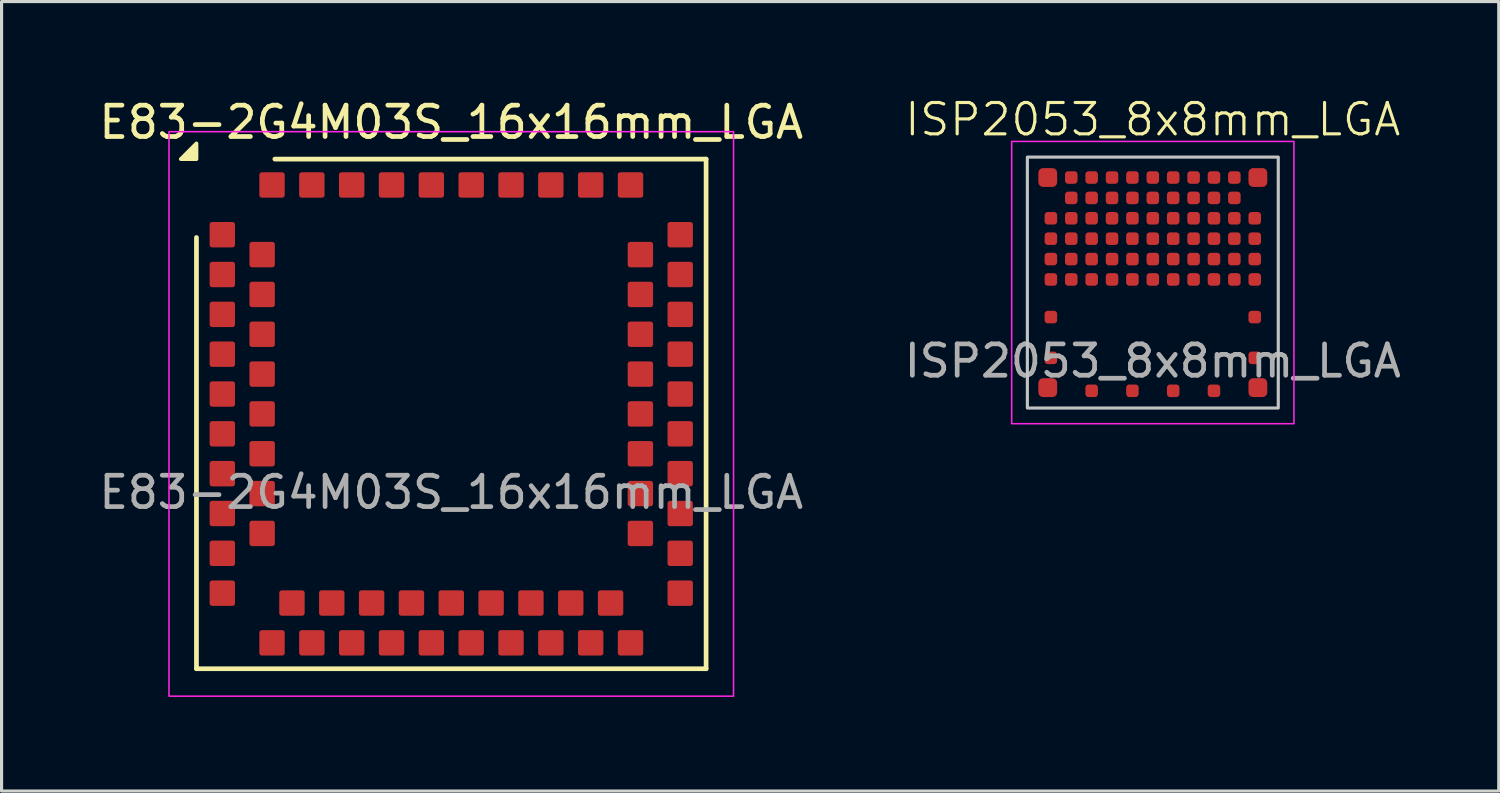
<source format=kicad_pcb>
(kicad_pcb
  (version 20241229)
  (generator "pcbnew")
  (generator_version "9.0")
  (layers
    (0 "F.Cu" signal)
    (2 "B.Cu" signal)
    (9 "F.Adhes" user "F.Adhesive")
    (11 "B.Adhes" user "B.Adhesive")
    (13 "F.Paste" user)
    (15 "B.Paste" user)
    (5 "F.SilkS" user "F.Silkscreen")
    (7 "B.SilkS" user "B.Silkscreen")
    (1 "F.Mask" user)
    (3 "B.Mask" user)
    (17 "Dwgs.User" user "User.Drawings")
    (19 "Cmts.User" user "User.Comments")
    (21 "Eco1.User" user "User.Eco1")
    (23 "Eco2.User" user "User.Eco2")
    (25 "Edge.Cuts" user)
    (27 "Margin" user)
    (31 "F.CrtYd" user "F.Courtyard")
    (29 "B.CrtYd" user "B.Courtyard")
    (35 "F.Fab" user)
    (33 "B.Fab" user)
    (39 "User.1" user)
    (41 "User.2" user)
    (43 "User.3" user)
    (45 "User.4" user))
  (footprint "E83-2G4M03S_16x16mm_LGA"
    (layer "F.Cu")
    (at 11.339 10.148)
    (property "Reference" "E83-2G4M03S_16x16mm_LGA" (at 0 -9.3 0) (unlocked yes) (layer "F.SilkS") (effects (font (size 1 1) (thickness 0.15))))
    (attr smd)
    (fp_line (start -8.125 8.125) (end -8.125 -5.625) (stroke (width 0.15) (type default)) (layer "F.SilkS"))
    (fp_line (start -5.625 -8.125) (end 8.125 -8.125) (stroke (width 0.15) (type default)) (layer "F.SilkS"))
    (fp_line (start 8.125 -8.125) (end 8.125 8.125) (stroke (width 0.15) (type default)) (layer "F.SilkS"))
    (fp_line (start 8.125 8.125) (end -8.125 8.125) (stroke (width 0.15) (type default)) (layer "F.SilkS"))
    (fp_poly (pts (xy -8.125 -8.125) (xy -8.625 -8.125) (xy -8.125 -8.625) (xy -8.125 -8.125)) (stroke (width 0.12) (type solid)) (fill yes) (layer "F.SilkS"))
    (fp_rect (start -9 -9) (end 9 9) (stroke (width 0.05) (type default)) (fill no) (layer "F.CrtYd"))
    (fp_text user "${REFERENCE}" (at 0 2.5 0) (unlocked yes) (layer "F.Fab") (effects (font (size 1 1) (thickness 0.15))))
    (pad "1" smd roundrect (at -7.3 -5.715) (size 0.81 0.81) (layers "F.Cu" "F.Mask" "F.Paste") (roundrect_rratio 0.1))
    (pad "2" smd roundrect (at -7.3 -4.445) (size 0.81 0.81) (layers "F.Cu" "F.Mask" "F.Paste") (roundrect_rratio 0.1))
    (pad "3" smd roundrect (at -7.3 -3.175) (size 0.81 0.81) (layers "F.Cu" "F.Mask" "F.Paste") (roundrect_rratio 0.1))
    (pad "4" smd roundrect (at -7.3 -1.905) (size 0.81 0.81) (layers "F.Cu" "F.Mask" "F.Paste") (roundrect_rratio 0.1))
    (pad "5" smd roundrect (at -7.3 -0.635) (size 0.81 0.81) (layers "F.Cu" "F.Mask" "F.Paste") (roundrect_rratio 0.1))
    (pad "6" smd roundrect (at -7.3 0.635) (size 0.81 0.81) (layers "F.Cu" "F.Mask" "F.Paste") (roundrect_rratio 0.1))
    (pad "7" smd roundrect (at -7.3 1.905) (size 0.81 0.81) (layers "F.Cu" "F.Mask" "F.Paste") (roundrect_rratio 0.1))
    (pad "8" smd roundrect (at -7.3 3.175) (size 0.81 0.81) (layers "F.Cu" "F.Mask" "F.Paste") (roundrect_rratio 0.1))
    (pad "9" smd roundrect (at -7.3 4.445) (size 0.81 0.81) (layers "F.Cu" "F.Mask" "F.Paste") (roundrect_rratio 0.1))
    (pad "10" smd roundrect (at -7.3 5.715) (size 0.81 0.81) (layers "F.Cu" "F.Mask" "F.Paste") (roundrect_rratio 0.1))
    (pad "11" smd roundrect (at -6.03 -5.08) (size 0.81 0.81) (layers "F.Cu" "F.Mask" "F.Paste") (roundrect_rratio 0.1))
    (pad "12" smd roundrect (at -6.03 -3.81) (size 0.81 0.81) (layers "F.Cu" "F.Mask" "F.Paste") (roundrect_rratio 0.1))
    (pad "13" smd roundrect (at -6.03 -2.54) (size 0.81 0.81) (layers "F.Cu" "F.Mask" "F.Paste") (roundrect_rratio 0.1))
    (pad "14" smd roundrect (at -6.03 -1.27) (size 0.81 0.81) (layers "F.Cu" "F.Mask" "F.Paste") (roundrect_rratio 0.1))
    (pad "15" smd roundrect (at -6.03 0) (size 0.81 0.81) (layers "F.Cu" "F.Mask" "F.Paste") (roundrect_rratio 0.1))
    (pad "16" smd roundrect (at -6.03 1.27) (size 0.81 0.81) (layers "F.Cu" "F.Mask" "F.Paste") (roundrect_rratio 0.1))
    (pad "17" smd roundrect (at -6.03 2.54) (size 0.81 0.81) (layers "F.Cu" "F.Mask" "F.Paste") (roundrect_rratio 0.1))
    (pad "18" smd roundrect (at -6.03 3.81) (size 0.81 0.81) (layers "F.Cu" "F.Mask" "F.Paste") (roundrect_rratio 0.1))
    (pad "19" smd roundrect (at -5.715 7.3) (size 0.81 0.81) (layers "F.Cu" "F.Mask" "F.Paste") (roundrect_rratio 0.1))
    (pad "20" smd roundrect (at -4.445 7.3) (size 0.81 0.81) (layers "F.Cu" "F.Mask" "F.Paste") (roundrect_rratio 0.1))
    (pad "21" smd roundrect (at -3.175 7.3) (size 0.81 0.81) (layers "F.Cu" "F.Mask" "F.Paste") (roundrect_rratio 0.1))
    (pad "22" smd roundrect (at -1.905 7.3) (size 0.81 0.81) (layers "F.Cu" "F.Mask" "F.Paste") (roundrect_rratio 0.1))
    (pad "23" smd roundrect (at -0.635 7.3) (size 0.81 0.81) (layers "F.Cu" "F.Mask" "F.Paste") (roundrect_rratio 0.1))
    (pad "24" smd roundrect (at 0.635 7.3) (size 0.81 0.81) (layers "F.Cu" "F.Mask" "F.Paste") (roundrect_rratio 0.1))
    (pad "25" smd roundrect (at 1.905 7.3) (size 0.81 0.81) (layers "F.Cu" "F.Mask" "F.Paste") (roundrect_rratio 0.1))
    (pad "26" smd roundrect (at 3.175 7.3) (size 0.81 0.81) (layers "F.Cu" "F.Mask" "F.Paste") (roundrect_rratio 0.1))
    (pad "27" smd roundrect (at 4.445 7.3) (size 0.81 0.81) (layers "F.Cu" "F.Mask" "F.Paste") (roundrect_rratio 0.1))
    (pad "28" smd roundrect (at 5.715 7.3) (size 0.81 0.81) (layers "F.Cu" "F.Mask" "F.Paste") (roundrect_rratio 0.1))
    (pad "29" smd roundrect (at -5.08 6.03) (size 0.81 0.81) (layers "F.Cu" "F.Mask" "F.Paste") (roundrect_rratio 0.1))
    (pad "30" smd roundrect (at -3.81 6.03) (size 0.81 0.81) (layers "F.Cu" "F.Mask" "F.Paste") (roundrect_rratio 0.1))
    (pad "31" smd roundrect (at -2.54 6.03) (size 0.81 0.81) (layers "F.Cu" "F.Mask" "F.Paste") (roundrect_rratio 0.1))
    (pad "32" smd roundrect (at -1.27 6.03) (size 0.81 0.81) (layers "F.Cu" "F.Mask" "F.Paste") (roundrect_rratio 0.1))
    (pad "33" smd roundrect (at 0 6.03) (size 0.81 0.81) (layers "F.Cu" "F.Mask" "F.Paste") (roundrect_rratio 0.1))
    (pad "34" smd roundrect (at 1.27 6.03) (size 0.81 0.81) (layers "F.Cu" "F.Mask" "F.Paste") (roundrect_rratio 0.1))
    (pad "35" smd roundrect (at 2.54 6.03) (size 0.81 0.81) (layers "F.Cu" "F.Mask" "F.Paste") (roundrect_rratio 0.1))
    (pad "36" smd roundrect (at 3.81 6.03) (size 0.81 0.81) (layers "F.Cu" "F.Mask" "F.Paste") (roundrect_rratio 0.1))
    (pad "37" smd roundrect (at 5.08 6.03) (size 0.81 0.81) (layers "F.Cu" "F.Mask" "F.Paste") (roundrect_rratio 0.1))
    (pad "38" smd roundrect (at 7.3 5.715) (size 0.81 0.81) (layers "F.Cu" "F.Mask" "F.Paste") (roundrect_rratio 0.1))
    (pad "39" smd roundrect (at 7.3 4.445) (size 0.81 0.81) (layers "F.Cu" "F.Mask" "F.Paste") (roundrect_rratio 0.1))
    (pad "40" smd roundrect (at 7.3 3.175) (size 0.81 0.81) (layers "F.Cu" "F.Mask" "F.Paste") (roundrect_rratio 0.1))
    (pad "41" smd roundrect (at 7.3 1.905) (size 0.81 0.81) (layers "F.Cu" "F.Mask" "F.Paste") (roundrect_rratio 0.1))
    (pad "42" smd roundrect (at 7.3 0.635) (size 0.81 0.81) (layers "F.Cu" "F.Mask" "F.Paste") (roundrect_rratio 0.1))
    (pad "43" smd roundrect (at 7.3 -0.635) (size 0.81 0.81) (layers "F.Cu" "F.Mask" "F.Paste") (roundrect_rratio 0.1))
    (pad "44" smd roundrect (at 7.3 -1.905) (size 0.81 0.81) (layers "F.Cu" "F.Mask" "F.Paste") (roundrect_rratio 0.1))
    (pad "45" smd roundrect (at 7.3 -3.175) (size 0.81 0.81) (layers "F.Cu" "F.Mask" "F.Paste") (roundrect_rratio 0.1))
    (pad "46" smd roundrect (at 7.3 -4.445) (size 0.81 0.81) (layers "F.Cu" "F.Mask" "F.Paste") (roundrect_rratio 0.1))
    (pad "47" smd roundrect (at 7.3 -5.715) (size 0.81 0.81) (layers "F.Cu" "F.Mask" "F.Paste") (roundrect_rratio 0.1))
    (pad "48" smd roundrect (at 6.03 3.81) (size 0.81 0.81) (layers "F.Cu" "F.Mask" "F.Paste") (roundrect_rratio 0.1))
    (pad "49" smd roundrect (at 6.03 2.54) (size 0.81 0.81) (layers "F.Cu" "F.Mask" "F.Paste") (roundrect_rratio 0.1))
    (pad "50" smd roundrect (at 6.03 1.27) (size 0.81 0.81) (layers "F.Cu" "F.Mask" "F.Paste") (roundrect_rratio 0.1))
    (pad "51" smd roundrect (at 6.03 0) (size 0.81 0.81) (layers "F.Cu" "F.Mask" "F.Paste") (roundrect_rratio 0.1))
    (pad "52" smd roundrect (at 6.03 -1.27) (size 0.81 0.81) (layers "F.Cu" "F.Mask" "F.Paste") (roundrect_rratio 0.1))
    (pad "53" smd roundrect (at 6.03 -2.54) (size 0.81 0.81) (layers "F.Cu" "F.Mask" "F.Paste") (roundrect_rratio 0.1))
    (pad "54" smd roundrect (at 6.03 -3.81) (size 0.81 0.81) (layers "F.Cu" "F.Mask" "F.Paste") (roundrect_rratio 0.1))
    (pad "55" smd roundrect (at 6.03 -5.08) (size 0.81 0.81) (layers "F.Cu" "F.Mask" "F.Paste") (roundrect_rratio 0.1))
    (pad "56" smd roundrect (at 5.715 -7.3) (size 0.81 0.81) (layers "F.Cu" "F.Mask" "F.Paste") (roundrect_rratio 0.1))
    (pad "57" smd roundrect (at 4.445 -7.3) (size 0.81 0.81) (layers "F.Cu" "F.Mask" "F.Paste") (roundrect_rratio 0.1))
    (pad "58" smd roundrect (at 3.175 -7.3) (size 0.81 0.81) (layers "F.Cu" "F.Mask" "F.Paste") (roundrect_rratio 0.1))
    (pad "59" smd roundrect (at 1.905 -7.3) (size 0.81 0.81) (layers "F.Cu" "F.Mask" "F.Paste") (roundrect_rratio 0.1))
    (pad "60" smd roundrect (at 0.635 -7.3) (size 0.81 0.81) (layers "F.Cu" "F.Mask" "F.Paste") (roundrect_rratio 0.1))
    (pad "61" smd roundrect (at -0.635 -7.3) (size 0.81 0.81) (layers "F.Cu" "F.Mask" "F.Paste") (roundrect_rratio 0.1))
    (pad "62" smd roundrect (at -1.905 -7.3) (size 0.81 0.81) (layers "F.Cu" "F.Mask" "F.Paste") (roundrect_rratio 0.1))
    (pad "63" smd roundrect (at -3.175 -7.3) (size 0.81 0.81) (layers "F.Cu" "F.Mask" "F.Paste") (roundrect_rratio 0.1))
    (pad "64" smd roundrect (at -4.445 -7.3) (size 0.81 0.81) (layers "F.Cu" "F.Mask" "F.Paste") (roundrect_rratio 0.1))
    (pad "65" smd roundrect (at -5.715 -7.3) (size 0.81 0.81) (layers "F.Cu" "F.Mask" "F.Paste") (roundrect_rratio 0.1)))
  (footprint "ISP2053_8x8mm_LGA"
    (layer "F.Cu")
    (at 33.708 5.96)
    (property "Reference" "ISP2053_8x8mm_LGA" (at 0 -5.2 0) (unlocked yes) (layer "F.SilkS") (effects (font (size 1 1) (thickness 0.1))))
    (attr smd)
    (fp_rect (start -4 -4) (end 4 4) (stroke (width 0.1) (type default)) (fill no) (layer "Dwgs.User"))
    (fp_rect (start -4.5 -4.5) (end 4.5 4.5) (stroke (width 0.05) (type default)) (fill no) (layer "F.CrtYd"))
    (fp_text user "${REFERENCE}" (at 0 2.5 0) (unlocked yes) (layer "F.Fab") (effects (font (size 1 1) (thickness 0.15))))
    (pad "A1" smd roundrect (at -3.35 -3.35) (size 0.6 0.6) (layers "F.Cu" "F.Mask" "F.Paste") (roundrect_rratio 0.25))
    (pad "A2" smd roundrect (at -2.6 -3.35) (size 0.4 0.4) (layers "F.Cu" "F.Mask" "F.Paste") (roundrect_rratio 0.25))
    (pad "A3" smd roundrect (at -1.95 -3.35) (size 0.4 0.4) (layers "F.Cu" "F.Mask" "F.Paste") (roundrect_rratio 0.25))
    (pad "A4" smd roundrect (at -1.3 -3.35) (size 0.4 0.4) (layers "F.Cu" "F.Mask" "F.Paste") (roundrect_rratio 0.25))
    (pad "A5" smd roundrect (at -0.65 -3.35) (size 0.4 0.4) (layers "F.Cu" "F.Mask" "F.Paste") (roundrect_rratio 0.25))
    (pad "A6" smd roundrect (at 0 -3.35) (size 0.4 0.4) (layers "F.Cu" "F.Mask" "F.Paste") (roundrect_rratio 0.25))
    (pad "A7" smd roundrect (at 0.65 -3.35) (size 0.4 0.4) (layers "F.Cu" "F.Mask" "F.Paste") (roundrect_rratio 0.25))
    (pad "A8" smd roundrect (at 1.3 -3.35) (size 0.4 0.4) (layers "F.Cu" "F.Mask" "F.Paste") (roundrect_rratio 0.25))
    (pad "A9" smd roundrect (at 1.95 -3.35) (size 0.4 0.4) (layers "F.Cu" "F.Mask" "F.Paste") (roundrect_rratio 0.25))
    (pad "A10" smd roundrect (at 2.6 -3.35) (size 0.4 0.4) (layers "F.Cu" "F.Mask" "F.Paste") (roundrect_rratio 0.25))
    (pad "A11" smd roundrect (at 3.35 -3.35) (size 0.6 0.6) (layers "F.Cu" "F.Mask" "F.Paste") (roundrect_rratio 0.25))
    (pad "B2" smd roundrect (at -2.6 -2.7) (size 0.4 0.4) (layers "F.Cu" "F.Mask" "F.Paste") (roundrect_rratio 0.25))
    (pad "B3" smd roundrect (at -1.95 -2.7) (size 0.4 0.4) (layers "F.Cu" "F.Mask" "F.Paste") (roundrect_rratio 0.25))
    (pad "B4" smd roundrect (at -1.3 -2.7) (size 0.4 0.4) (layers "F.Cu" "F.Mask" "F.Paste") (roundrect_rratio 0.25))
    (pad "B5" smd roundrect (at -0.65 -2.7) (size 0.4 0.4) (layers "F.Cu" "F.Mask" "F.Paste") (roundrect_rratio 0.25))
    (pad "B6" smd roundrect (at 0 -2.7) (size 0.4 0.4) (layers "F.Cu" "F.Mask" "F.Paste") (roundrect_rratio 0.25))
    (pad "B7" smd roundrect (at 0.65 -2.7) (size 0.4 0.4) (layers "F.Cu" "F.Mask" "F.Paste") (roundrect_rratio 0.25))
    (pad "B8" smd roundrect (at 1.3 -2.7) (size 0.4 0.4) (layers "F.Cu" "F.Mask" "F.Paste") (roundrect_rratio 0.25))
    (pad "B9" smd roundrect (at 1.95 -2.7) (size 0.4 0.4) (layers "F.Cu" "F.Mask" "F.Paste") (roundrect_rratio 0.25))
    (pad "B10" smd roundrect (at 2.6 -2.7) (size 0.4 0.4) (layers "F.Cu" "F.Mask" "F.Paste") (roundrect_rratio 0.25))
    (pad "C1" smd roundrect (at -3.25 -2.05) (size 0.4 0.4) (layers "F.Cu" "F.Mask" "F.Paste") (roundrect_rratio 0.25))
    (pad "C2" smd roundrect (at -2.6 -2.05) (size 0.4 0.4) (layers "F.Cu" "F.Mask" "F.Paste") (roundrect_rratio 0.25))
    (pad "C3" smd roundrect (at -1.95 -2.05) (size 0.4 0.4) (layers "F.Cu" "F.Mask" "F.Paste") (roundrect_rratio 0.25))
    (pad "C4" smd roundrect (at -1.3 -2.05) (size 0.4 0.4) (layers "F.Cu" "F.Mask" "F.Paste") (roundrect_rratio 0.25))
    (pad "C5" smd roundrect (at -0.65 -2.05) (size 0.4 0.4) (layers "F.Cu" "F.Mask" "F.Paste") (roundrect_rratio 0.25))
    (pad "C6" smd roundrect (at 0 -2.05) (size 0.4 0.4) (layers "F.Cu" "F.Mask" "F.Paste") (roundrect_rratio 0.25))
    (pad "C7" smd roundrect (at 0.65 -2.05) (size 0.4 0.4) (layers "F.Cu" "F.Mask" "F.Paste") (roundrect_rratio 0.25))
    (pad "C8" smd roundrect (at 1.3 -2.05) (size 0.4 0.4) (layers "F.Cu" "F.Mask" "F.Paste") (roundrect_rratio 0.25))
    (pad "C9" smd roundrect (at 1.95 -2.05) (size 0.4 0.4) (layers "F.Cu" "F.Mask" "F.Paste") (roundrect_rratio 0.25))
    (pad "C10" smd roundrect (at 2.6 -2.05) (size 0.4 0.4) (layers "F.Cu" "F.Mask" "F.Paste") (roundrect_rratio 0.25))
    (pad "C11" smd roundrect (at 3.25 -2.05) (size 0.4 0.4) (layers "F.Cu" "F.Mask" "F.Paste") (roundrect_rratio 0.25))
    (pad "D1" smd roundrect (at -3.25 -1.4) (size 0.4 0.4) (layers "F.Cu" "F.Mask" "F.Paste") (roundrect_rratio 0.25))
    (pad "D2" smd roundrect (at -2.6 -1.4) (size 0.4 0.4) (layers "F.Cu" "F.Mask" "F.Paste") (roundrect_rratio 0.25))
    (pad "D3" smd roundrect (at -1.95 -1.4) (size 0.4 0.4) (layers "F.Cu" "F.Mask" "F.Paste") (roundrect_rratio 0.25))
    (pad "D4" smd roundrect (at -1.3 -1.4) (size 0.4 0.4) (layers "F.Cu" "F.Mask" "F.Paste") (roundrect_rratio 0.25))
    (pad "D5" smd roundrect (at -0.65 -1.4) (size 0.4 0.4) (layers "F.Cu" "F.Mask" "F.Paste") (roundrect_rratio 0.25))
    (pad "D6" smd roundrect (at 0 -1.4) (size 0.4 0.4) (layers "F.Cu" "F.Mask" "F.Paste") (roundrect_rratio 0.25))
    (pad "D7" smd roundrect (at 0.65 -1.4) (size 0.4 0.4) (layers "F.Cu" "F.Mask" "F.Paste") (roundrect_rratio 0.25))
    (pad "D8" smd roundrect (at 1.3 -1.4) (size 0.4 0.4) (layers "F.Cu" "F.Mask" "F.Paste") (roundrect_rratio 0.25))
    (pad "D9" smd roundrect (at 1.95 -1.4) (size 0.4 0.4) (layers "F.Cu" "F.Mask" "F.Paste") (roundrect_rratio 0.25))
    (pad "D10" smd roundrect (at 2.6 -1.4) (size 0.4 0.4) (layers "F.Cu" "F.Mask" "F.Paste") (roundrect_rratio 0.25))
    (pad "D11" smd roundrect (at 3.25 -1.4) (size 0.4 0.4) (layers "F.Cu" "F.Mask" "F.Paste") (roundrect_rratio 0.25))
    (pad "E1" smd roundrect (at -3.25 -0.75) (size 0.4 0.4) (layers "F.Cu" "F.Mask" "F.Paste") (roundrect_rratio 0.25))
    (pad "E2" smd roundrect (at -2.6 -0.75) (size 0.4 0.4) (layers "F.Cu" "F.Mask" "F.Paste") (roundrect_rratio 0.25))
    (pad "E3" smd roundrect (at -1.95 -0.75) (size 0.4 0.4) (layers "F.Cu" "F.Mask" "F.Paste") (roundrect_rratio 0.25))
    (pad "E4" smd roundrect (at -1.3 -0.75) (size 0.4 0.4) (layers "F.Cu" "F.Mask" "F.Paste") (roundrect_rratio 0.25))
    (pad "E5" smd roundrect (at -0.65 -0.75) (size 0.4 0.4) (layers "F.Cu" "F.Mask" "F.Paste") (roundrect_rratio 0.25))
    (pad "E6" smd roundrect (at 0 -0.75) (size 0.4 0.4) (layers "F.Cu" "F.Mask" "F.Paste") (roundrect_rratio 0.25))
    (pad "E7" smd roundrect (at 0.65 -0.75) (size 0.4 0.4) (layers "F.Cu" "F.Mask" "F.Paste") (roundrect_rratio 0.25))
    (pad "E8" smd roundrect (at 1.3 -0.75) (size 0.4 0.4) (layers "F.Cu" "F.Mask" "F.Paste") (roundrect_rratio 0.25))
    (pad "E9" smd roundrect (at 1.95 -0.75) (size 0.4 0.4) (layers "F.Cu" "F.Mask" "F.Paste") (roundrect_rratio 0.25))
    (pad "E10" smd roundrect (at 2.6 -0.75) (size 0.4 0.4) (layers "F.Cu" "F.Mask" "F.Paste") (roundrect_rratio 0.25))
    (pad "E11" smd roundrect (at 3.25 -0.75) (size 0.4 0.4) (layers "F.Cu" "F.Mask" "F.Paste") (roundrect_rratio 0.25))
    (pad "F1" smd roundrect (at -3.25 -0.1) (size 0.4 0.4) (layers "F.Cu" "F.Mask" "F.Paste") (roundrect_rratio 0.25))
    (pad "F2" smd roundrect (at -2.6 -0.1) (size 0.4 0.4) (layers "F.Cu" "F.Mask" "F.Paste") (roundrect_rratio 0.25))
    (pad "F3" smd roundrect (at -1.95 -0.1) (size 0.4 0.4) (layers "F.Cu" "F.Mask" "F.Paste") (roundrect_rratio 0.25))
    (pad "F4" smd roundrect (at -1.3 -0.1) (size 0.4 0.4) (layers "F.Cu" "F.Mask" "F.Paste") (roundrect_rratio 0.25))
    (pad "F5" smd roundrect (at -0.65 -0.1) (size 0.4 0.4) (layers "F.Cu" "F.Mask" "F.Paste") (roundrect_rratio 0.25))
    (pad "F6" smd roundrect (at 0 -0.1) (size 0.4 0.4) (layers "F.Cu" "F.Mask" "F.Paste") (roundrect_rratio 0.25))
    (pad "F7" smd roundrect (at 0.65 -0.1) (size 0.4 0.4) (layers "F.Cu" "F.Mask" "F.Paste") (roundrect_rratio 0.25))
    (pad "F8" smd roundrect (at 1.3 -0.1) (size 0.4 0.4) (layers "F.Cu" "F.Mask" "F.Paste") (roundrect_rratio 0.25))
    (pad "F9" smd roundrect (at 1.95 -0.1) (size 0.4 0.4) (layers "F.Cu" "F.Mask" "F.Paste") (roundrect_rratio 0.25))
    (pad "F10" smd roundrect (at 2.6 -0.1) (size 0.4 0.4) (layers "F.Cu" "F.Mask" "F.Paste") (roundrect_rratio 0.25))
    (pad "F11" smd roundrect (at 3.25 -0.1) (size 0.4 0.4) (layers "F.Cu" "F.Mask" "F.Paste") (roundrect_rratio 0.25))
    (pad "H1" smd roundrect (at -3.25 1.1) (size 0.4 0.4) (layers "F.Cu" "F.Mask" "F.Paste") (roundrect_rratio 0.25))
    (pad "H11" smd roundrect (at 3.25 1.1) (size 0.4 0.4) (layers "F.Cu" "F.Mask" "F.Paste") (roundrect_rratio 0.25))
    (pad "K1" smd roundrect (at -3.25 2.4) (size 0.4 0.4) (layers "F.Cu" "F.Mask" "F.Paste") (roundrect_rratio 0.25))
    (pad "K11" smd roundrect (at 3.25 2.4) (size 0.4 0.4) (layers "F.Cu" "F.Mask" "F.Paste") (roundrect_rratio 0.25))
    (pad "L1" smd roundrect (at -3.35 3.35) (size 0.6 0.6) (layers "F.Cu" "F.Mask" "F.Paste") (roundrect_rratio 0.25))
    (pad "L3" smd roundrect (at -1.95 3.45) (size 0.4 0.4) (layers "F.Cu" "F.Mask" "F.Paste") (roundrect_rratio 0.25))
    (pad "L5" smd roundrect (at -0.65 3.45) (size 0.4 0.4) (layers "F.Cu" "F.Mask" "F.Paste") (roundrect_rratio 0.25))
    (pad "L7" smd roundrect (at 0.65 3.45) (size 0.4 0.4) (layers "F.Cu" "F.Mask" "F.Paste") (roundrect_rratio 0.25))
    (pad "L9" smd roundrect (at 1.95 3.45) (size 0.4 0.4) (layers "F.Cu" "F.Mask" "F.Paste") (roundrect_rratio 0.25))
    (pad "L11" smd roundrect (at 3.35 3.35) (size 0.6 0.6) (layers "F.Cu" "F.Mask" "F.Paste") (roundrect_rratio 0.25))
    (zone (net_name "") (layers "F.Cu" "B.Cu" "Dwgs.User") (hatch edge 0.5) (connect_pads) (min_thickness 0.25) (filled_areas_thickness no) (keepout (tracks not_allowed) (vias not_allowed) (pads allowed) (copperpour not_allowed) (footprints allowed)) (placement (enabled no)) (fill) (polygon (pts (xy 29.208 6.061) (xy 38.208 6.061) (xy 38.208 10.46) (xy 29.208 10.46)))))
  (gr_rect
    (start -3 -3)
    (end 44.738 22.173)
    (stroke (width 0.1) (type default))
    (fill no)
    (layer "Edge.Cuts")))
</source>
